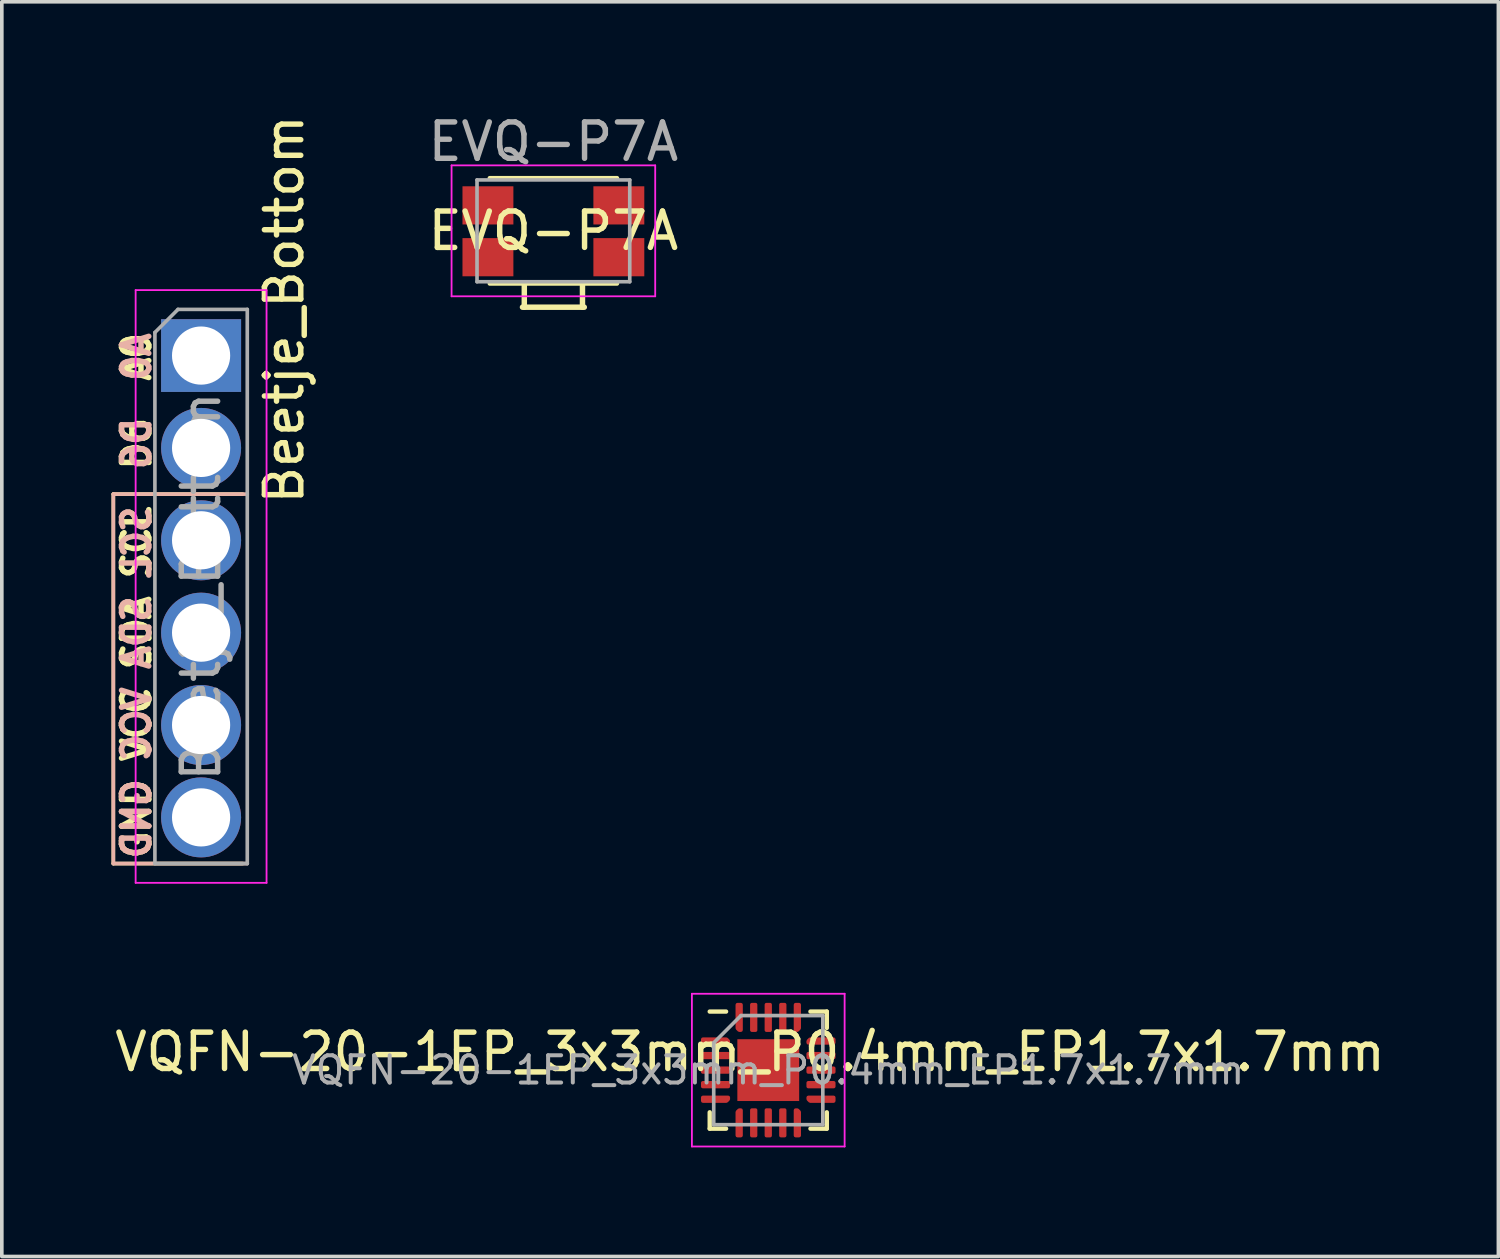
<source format=kicad_pcb>
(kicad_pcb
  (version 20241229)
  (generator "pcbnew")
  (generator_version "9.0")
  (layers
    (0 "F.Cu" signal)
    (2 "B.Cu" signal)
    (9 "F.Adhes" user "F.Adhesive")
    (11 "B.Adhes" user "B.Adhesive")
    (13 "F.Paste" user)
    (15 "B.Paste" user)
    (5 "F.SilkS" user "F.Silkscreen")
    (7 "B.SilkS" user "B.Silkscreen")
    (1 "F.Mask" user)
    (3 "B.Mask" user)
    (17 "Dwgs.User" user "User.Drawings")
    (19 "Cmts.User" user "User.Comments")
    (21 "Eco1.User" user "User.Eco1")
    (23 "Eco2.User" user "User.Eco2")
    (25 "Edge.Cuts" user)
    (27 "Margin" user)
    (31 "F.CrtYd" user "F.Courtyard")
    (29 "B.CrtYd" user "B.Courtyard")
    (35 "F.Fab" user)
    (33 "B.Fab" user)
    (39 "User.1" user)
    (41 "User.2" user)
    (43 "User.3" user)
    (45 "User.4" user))
  (footprint "VQFN-20-1EP_3x3mm_P0.4mm_EP1.7x1.7mm"
    (layer "F.Cu")
    (at 18.077 26.378)
    (property "Reference" "VQFN-20-1EP_3x3mm_P0.4mm_EP1.7x1.7mm" (at -0.5 -0.5 180) (layer "F.SilkS") (effects (font (size 1 1) (thickness 0.15))))
    (attr smd)
    (fp_line (start -1.61 1.61) (end -1.61 1.16) (stroke (width 0.12) (type solid)) (layer "F.SilkS"))
    (fp_line (start -1.16 -1.61) (end -1.61 -1.61) (stroke (width 0.12) (type solid)) (layer "F.SilkS"))
    (fp_line (start -1.16 1.61) (end -1.61 1.61) (stroke (width 0.12) (type solid)) (layer "F.SilkS"))
    (fp_line (start 1.16 -1.61) (end 1.61 -1.61) (stroke (width 0.12) (type solid)) (layer "F.SilkS"))
    (fp_line (start 1.16 1.61) (end 1.61 1.61) (stroke (width 0.12) (type solid)) (layer "F.SilkS"))
    (fp_line (start 1.61 -1.61) (end 1.61 -1.16) (stroke (width 0.12) (type solid)) (layer "F.SilkS"))
    (fp_line (start 1.61 1.61) (end 1.61 1.16) (stroke (width 0.12) (type solid)) (layer "F.SilkS"))
    (fp_line (start -2.1 -2.1) (end -2.1 2.1) (stroke (width 0.05) (type solid)) (layer "F.CrtYd"))
    (fp_line (start -2.1 2.1) (end 2.1 2.1) (stroke (width 0.05) (type solid)) (layer "F.CrtYd"))
    (fp_line (start 2.1 -2.1) (end -2.1 -2.1) (stroke (width 0.05) (type solid)) (layer "F.CrtYd"))
    (fp_line (start 2.1 2.1) (end 2.1 -2.1) (stroke (width 0.05) (type solid)) (layer "F.CrtYd"))
    (fp_line (start -1.5 -0.75) (end -0.75 -1.5) (stroke (width 0.1) (type solid)) (layer "F.Fab"))
    (fp_line (start -1.5 1.5) (end -1.5 -0.75) (stroke (width 0.1) (type solid)) (layer "F.Fab"))
    (fp_line (start -0.75 -1.5) (end 1.5 -1.5) (stroke (width 0.1) (type solid)) (layer "F.Fab"))
    (fp_line (start 1.5 -1.5) (end 1.5 1.5) (stroke (width 0.1) (type solid)) (layer "F.Fab"))
    (fp_line (start 1.5 1.5) (end -1.5 1.5) (stroke (width 0.1) (type solid)) (layer "F.Fab"))
    (fp_text user "${REFERENCE}" (at 0 0 180) (layer "F.Fab") (effects (font (size 0.75 0.75) (thickness 0.11))))
    (pad "" smd roundrect (at -0.425 -0.425) (size 0.69 0.69) (layers "F.Paste") (roundrect_rratio 0.25))
    (pad "" smd roundrect (at -0.425 0.425) (size 0.69 0.69) (layers "F.Paste") (roundrect_rratio 0.25))
    (pad "" smd roundrect (at 0.425 -0.425) (size 0.69 0.69) (layers "F.Paste") (roundrect_rratio 0.25))
    (pad "" smd roundrect (at 0.425 0.425) (size 0.69 0.69) (layers "F.Paste") (roundrect_rratio 0.25))
    (pad "1" smd custom (at -1.45 -0.8) (size 0.143 0.143) (layers "F.Cu" "F.Mask" "F.Paste") (options (anchor circle)) (primitives (gr_poly (pts (xy -0.35 -0.05) (xy 0.299 -0.05) (xy 0.35 0.001) (xy 0.35 0.05) (xy -0.35 0.05)) (width 0.1) (fill yes))))
    (pad "2" smd roundrect (at -1.45 -0.4) (size 0.8 0.2) (layers "F.Cu" "F.Mask" "F.Paste") (roundrect_rratio 0.25))
    (pad "3" smd roundrect (at -1.45 0) (size 0.8 0.2) (layers "F.Cu" "F.Mask" "F.Paste") (roundrect_rratio 0.25))
    (pad "4" smd roundrect (at -1.45 0.4) (size 0.8 0.2) (layers "F.Cu" "F.Mask" "F.Paste") (roundrect_rratio 0.25))
    (pad "5" smd custom (at -1.45 0.8) (size 0.143 0.143) (layers "F.Cu" "F.Mask" "F.Paste") (options (anchor circle)) (primitives (gr_poly (pts (xy -0.35 -0.05) (xy 0.35 -0.05) (xy 0.35 -0.001) (xy 0.299 0.05) (xy -0.35 0.05)) (width 0.1) (fill yes))))
    (pad "6" smd custom (at -0.8 1.45) (size 0.143 0.143) (layers "F.Cu" "F.Mask" "F.Paste") (options (anchor circle)) (primitives (gr_poly (pts (xy -0.05 -0.299) (xy 0.001 -0.35) (xy 0.05 -0.35) (xy 0.05 0.35) (xy -0.05 0.35)) (width 0.1) (fill yes))))
    (pad "7" smd roundrect (at -0.4 1.45) (size 0.2 0.8) (layers "F.Cu" "F.Mask" "F.Paste") (roundrect_rratio 0.25))
    (pad "8" smd roundrect (at 0 1.45) (size 0.2 0.8) (layers "F.Cu" "F.Mask" "F.Paste") (roundrect_rratio 0.25))
    (pad "9" smd roundrect (at 0.4 1.45) (size 0.2 0.8) (layers "F.Cu" "F.Mask" "F.Paste") (roundrect_rratio 0.25))
    (pad "10" smd custom (at 0.8 1.45) (size 0.143 0.143) (layers "F.Cu" "F.Mask" "F.Paste") (options (anchor circle)) (primitives (gr_poly (pts (xy -0.05 -0.35) (xy -0.001 -0.35) (xy 0.05 -0.299) (xy 0.05 0.35) (xy -0.05 0.35)) (width 0.1) (fill yes))))
    (pad "11" smd custom (at 1.45 0.8) (size 0.143 0.143) (layers "F.Cu" "F.Mask" "F.Paste") (options (anchor circle)) (primitives (gr_poly (pts (xy -0.35 -0.05) (xy 0.35 -0.05) (xy 0.35 0.05) (xy -0.299 0.05) (xy -0.35 -0.001)) (width 0.1) (fill yes))))
    (pad "12" smd roundrect (at 1.45 0.4) (size 0.8 0.2) (layers "F.Cu" "F.Mask" "F.Paste") (roundrect_rratio 0.25))
    (pad "13" smd roundrect (at 1.45 0) (size 0.8 0.2) (layers "F.Cu" "F.Mask" "F.Paste") (roundrect_rratio 0.25))
    (pad "14" smd roundrect (at 1.45 -0.4) (size 0.8 0.2) (layers "F.Cu" "F.Mask" "F.Paste") (roundrect_rratio 0.25))
    (pad "15" smd custom (at 1.45 -0.8) (size 0.143 0.143) (layers "F.Cu" "F.Mask" "F.Paste") (options (anchor circle)) (primitives (gr_poly (pts (xy -0.35 0.001) (xy -0.299 -0.05) (xy 0.35 -0.05) (xy 0.35 0.05) (xy -0.35 0.05)) (width 0.1) (fill yes))))
    (pad "16" smd custom (at 0.8 -1.45) (size 0.143 0.143) (layers "F.Cu" "F.Mask" "F.Paste") (options (anchor circle)) (primitives (gr_poly (pts (xy -0.05 -0.35) (xy 0.05 -0.35) (xy 0.05 0.299) (xy -0.001 0.35) (xy -0.05 0.35)) (width 0.1) (fill yes))))
    (pad "17" smd roundrect (at 0.4 -1.45) (size 0.2 0.8) (layers "F.Cu" "F.Mask" "F.Paste") (roundrect_rratio 0.25))
    (pad "18" smd roundrect (at 0 -1.45) (size 0.2 0.8) (layers "F.Cu" "F.Mask" "F.Paste") (roundrect_rratio 0.25))
    (pad "19" smd roundrect (at -0.4 -1.45) (size 0.2 0.8) (layers "F.Cu" "F.Mask" "F.Paste") (roundrect_rratio 0.25))
    (pad "20" smd custom (at -0.8 -1.45) (size 0.143 0.143) (layers "F.Cu" "F.Mask" "F.Paste") (options (anchor circle)) (primitives (gr_poly (pts (xy -0.05 -0.35) (xy 0.05 -0.35) (xy 0.05 0.35) (xy 0.001 0.35) (xy -0.05 0.299)) (width 0.1) (fill yes))))
    (pad "21" smd rect (at 0 0) (size 1.7 1.7) (layers "F.Cu" "F.Mask")))
  (footprint "Beetje_Bottom"
    (layer "F.Cu")
    (at 2.48 6.728)
    (property "Reference" "Beetje_Bottom" (at 2.286 -1.27 90) (layer "F.SilkS") (effects (font (size 1 1) (thickness 0.15))))
    (attr through_hole)
    (fp_line (start -2.413 3.81) (end 1.143 3.81) (stroke (width 0.1) (type solid)) (layer "F.SilkS"))
    (fp_line (start -2.413 13.97) (end -2.413 3.81) (stroke (width 0.1) (type solid)) (layer "F.SilkS"))
    (fp_line (start 1.143 13.97) (end -2.413 13.97) (stroke (width 0.1) (type solid)) (layer "F.SilkS"))
    (fp_line (start -2.413 3.81) (end 1.27 3.81) (stroke (width 0.1) (type solid)) (layer "B.SilkS"))
    (fp_line (start -2.413 13.97) (end -2.413 3.81) (stroke (width 0.1) (type solid)) (layer "B.SilkS"))
    (fp_line (start 1.27 13.97) (end -2.413 13.97) (stroke (width 0.1) (type solid)) (layer "B.SilkS"))
    (fp_line (start -1.8 -1.8) (end -1.8 14.5) (stroke (width 0.05) (type solid)) (layer "F.CrtYd"))
    (fp_line (start -1.8 14.5) (end 1.8 14.5) (stroke (width 0.05) (type solid)) (layer "F.CrtYd"))
    (fp_line (start 1.8 -1.8) (end -1.8 -1.8) (stroke (width 0.05) (type solid)) (layer "F.CrtYd"))
    (fp_line (start 1.8 14.5) (end 1.8 -1.8) (stroke (width 0.05) (type solid)) (layer "F.CrtYd"))
    (fp_line (start -1.27 -0.635) (end -0.635 -1.27) (stroke (width 0.1) (type solid)) (layer "F.Fab"))
    (fp_line (start -1.27 13.97) (end -1.27 -0.635) (stroke (width 0.1) (type solid)) (layer "F.Fab"))
    (fp_line (start -0.635 -1.27) (end 1.27 -1.27) (stroke (width 0.1) (type solid)) (layer "F.Fab"))
    (fp_line (start 1.27 -1.27) (end 1.27 13.97) (stroke (width 0.1) (type solid)) (layer "F.Fab"))
    (fp_line (start 1.27 13.97) (end -1.27 13.97) (stroke (width 0.1) (type solid)) (layer "F.Fab"))
    (fp_text user "GND VCC SDA SCL  D6  A0" (at -1.778 6.604 90) (layer "F.SilkS") (effects (font (size 0.75 0.7) (thickness 0.15))))
    (fp_text user "A0  D6  SCL SDA VCC GND" (at -1.778 6.604 90) (layer "B.SilkS") (effects (font (size 0.75 0.7) (thickness 0.15)) (justify mirror)))
    (fp_text user "${REFERENCE}" (at 0 6.35 90) (layer "F.Fab") (effects (font (size 1 1) (thickness 0.15))))
    (pad "1" thru_hole rect (at 0 0) (size 2.2 2) (drill 1.6) (layers "*.Cu" "*.Mask"))
    (pad "2" thru_hole circle (at 0 2.54) (size 2.2 2.2) (drill 1.6) (layers "*.Cu" "*.Mask"))
    (pad "3" thru_hole circle (at 0 5.08) (size 2.2 2.2) (drill 1.6) (layers "*.Cu" "*.Mask"))
    (pad "4" thru_hole circle (at 0 7.62) (size 2.2 2.2) (drill 1.6) (layers "*.Cu" "*.Mask"))
    (pad "5" thru_hole circle (at 0 10.16) (size 2.2 2.2) (drill 1.6) (layers "*.Cu" "*.Mask"))
    (pad "6" thru_hole circle (at 0 12.7) (size 2.2 2.2) (drill 1.6) (layers "*.Cu" "*.Mask")))
  (footprint "EVQ-P7A"
    (layer "F.Cu")
    (at 12.168 3.298)
    (property "Reference" "EVQ-P7A" (at 0 0 0) (layer "F.SilkS") (effects (font (size 1 1) (thickness 0.15))))
    (attr smd)
    (fp_line (start -0.85 2.1) (end 0.85 2.1) (stroke (width 0.15) (type solid)) (layer "F.SilkS"))
    (fp_line (start -0.8 2.1) (end -0.8 1.5) (stroke (width 0.15) (type solid)) (layer "F.SilkS"))
    (fp_line (start 0.8 2.1) (end 0.8 1.5) (stroke (width 0.15) (type solid)) (layer "F.SilkS"))
    (fp_line (start 1.75 -1.45) (end -1.75 -1.45) (stroke (width 0.12) (type solid)) (layer "F.SilkS"))
    (fp_line (start 1.75 1.45) (end -1.75 1.45) (stroke (width 0.12) (type solid)) (layer "F.SilkS"))
    (fp_line (start -2.8 -1.8) (end 2.8 -1.8) (stroke (width 0.05) (type solid)) (layer "F.CrtYd"))
    (fp_line (start -2.8 1.8) (end -2.8 -1.8) (stroke (width 0.05) (type solid)) (layer "F.CrtYd"))
    (fp_line (start 2.8 -1.8) (end 2.8 1.8) (stroke (width 0.05) (type solid)) (layer "F.CrtYd"))
    (fp_line (start 2.8 1.8) (end -2.8 1.8) (stroke (width 0.05) (type solid)) (layer "F.CrtYd"))
    (fp_line (start -2.1 -1.4) (end 2.1 -1.4) (stroke (width 0.1) (type solid)) (layer "F.Fab"))
    (fp_line (start -2.1 1.4) (end -2.1 -1.4) (stroke (width 0.1) (type solid)) (layer "F.Fab"))
    (fp_line (start 2.1 -1.4) (end 2.1 1.4) (stroke (width 0.1) (type solid)) (layer "F.Fab"))
    (fp_line (start 2.1 1.4) (end -2.1 1.4) (stroke (width 0.1) (type solid)) (layer "F.Fab"))
    (fp_text user "${REFERENCE}" (at 0 -2.45 0) (layer "F.Fab") (effects (font (size 1 1) (thickness 0.15))))
    (pad "1" smd rect (at -1.8 -0.7) (size 1.4 1.05) (layers "F.Cu" "F.Mask" "F.Paste"))
    (pad "1" smd rect (at 1.8 -0.7) (size 1.4 1.05) (layers "F.Cu" "F.Mask" "F.Paste"))
    (pad "2" smd rect (at -1.8 0.725) (size 1.4 1.05) (layers "F.Cu" "F.Mask" "F.Paste"))
    (pad "2" smd rect (at 1.8 0.725) (size 1.4 1.05) (layers "F.Cu" "F.Mask" "F.Paste")))
  (gr_rect
    (start -3 -3)
    (end 38.155 31.503)
    (stroke (width 0.1) (type default))
    (fill no)
    (layer "Edge.Cuts")))
</source>
